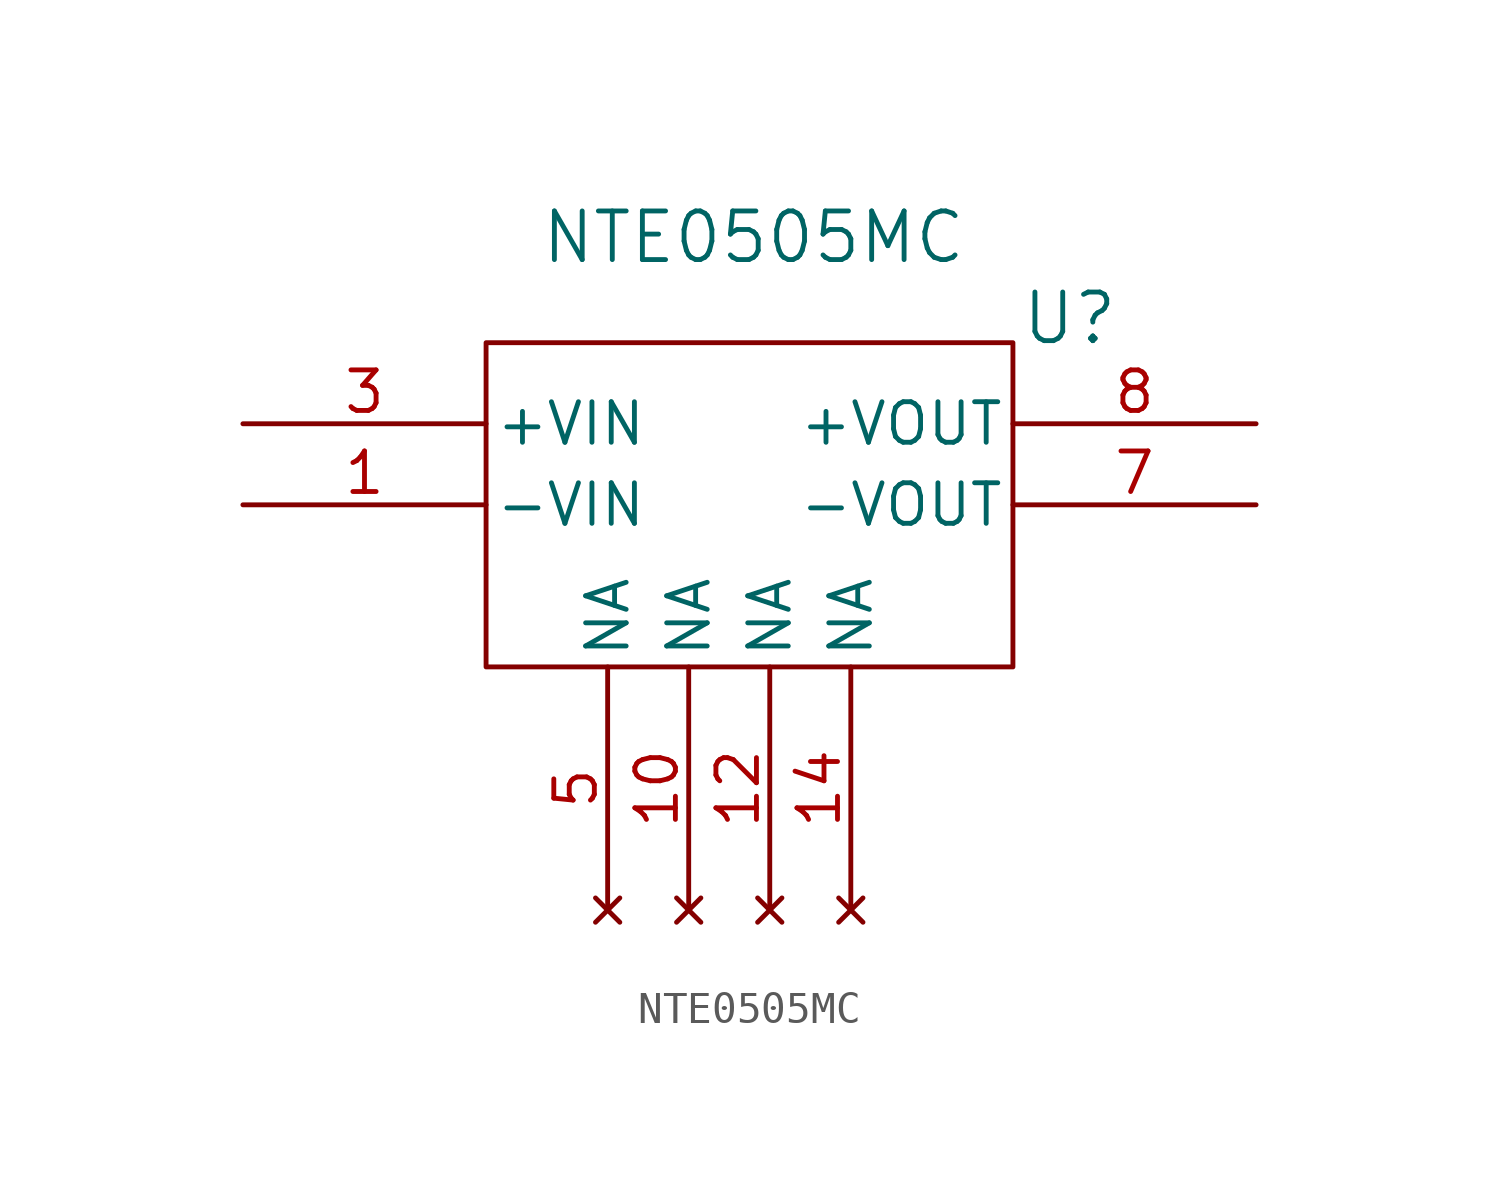
<source format=kicad_sym>
(kicad_symbol_lib
  (version 20231120)
  (generator "kicad_symbol_editor")
  (generator_version "8.0")
  (symbol "NTE0505MC"
    (pin_names
      (offset 0.254))
    (property "Reference" "U"
      (at 10.668 4.572 0)
      (effects (font (size 1.524 1.524))))
    (property "Value" "NTE0505MC"
      (at 0.762 7.112 0)
      (effects (font (size 1.524 1.524))))
    (property "ki_locked" ""
      (at 0 0 0)
      (effects (font (size 1.27 1.27))))
    (symbol "NTE0505MC_0_1"
      (pin power_in line (at -15.24 -1.27 0) (length 7.62) (name "-VIN" (effects (font (size 1.27 1.27)))) (number "1" (effects (font (size 1.27 1.27)))))
      (pin no_connect line (at -1.27 -13.97 90) (length 7.62) (name "NA" (effects (font (size 1.27 1.27)))) (number "10" (effects (font (size 1.27 1.27)))))
      (pin no_connect line (at 1.27 -13.97 90) (length 7.62) (name "NA" (effects (font (size 1.27 1.27)))) (number "12" (effects (font (size 1.27 1.27)))))
      (pin no_connect line (at 3.81 -13.97 90) (length 7.62) (name "NA" (effects (font (size 1.27 1.27)))) (number "14" (effects (font (size 1.27 1.27)))))
      (pin power_in line (at -15.24 1.27 0) (length 7.62) (name "+VIN" (effects (font (size 1.27 1.27)))) (number "3" (effects (font (size 1.27 1.27)))))
      (pin no_connect line (at -3.81 -13.97 90) (length 7.62) (name "NA" (effects (font (size 1.27 1.27)))) (number "5" (effects (font (size 1.27 1.27)))))
      (pin output line (at 16.51 -1.27 180) (length 7.62) (name "-VOUT" (effects (font (size 1.27 1.27)))) (number "7" (effects (font (size 1.27 1.27)))))
      (pin output line (at 16.51 1.27 180) (length 7.62) (name "+VOUT" (effects (font (size 1.27 1.27)))) (number "8" (effects (font (size 1.27 1.27))))))
    (symbol "NTE0505MC_1_1"
      (rectangle (start -7.62 3.81) (end 8.89 -6.35) (stroke (width 0) (type default)) (fill (type none))))))
</source>
